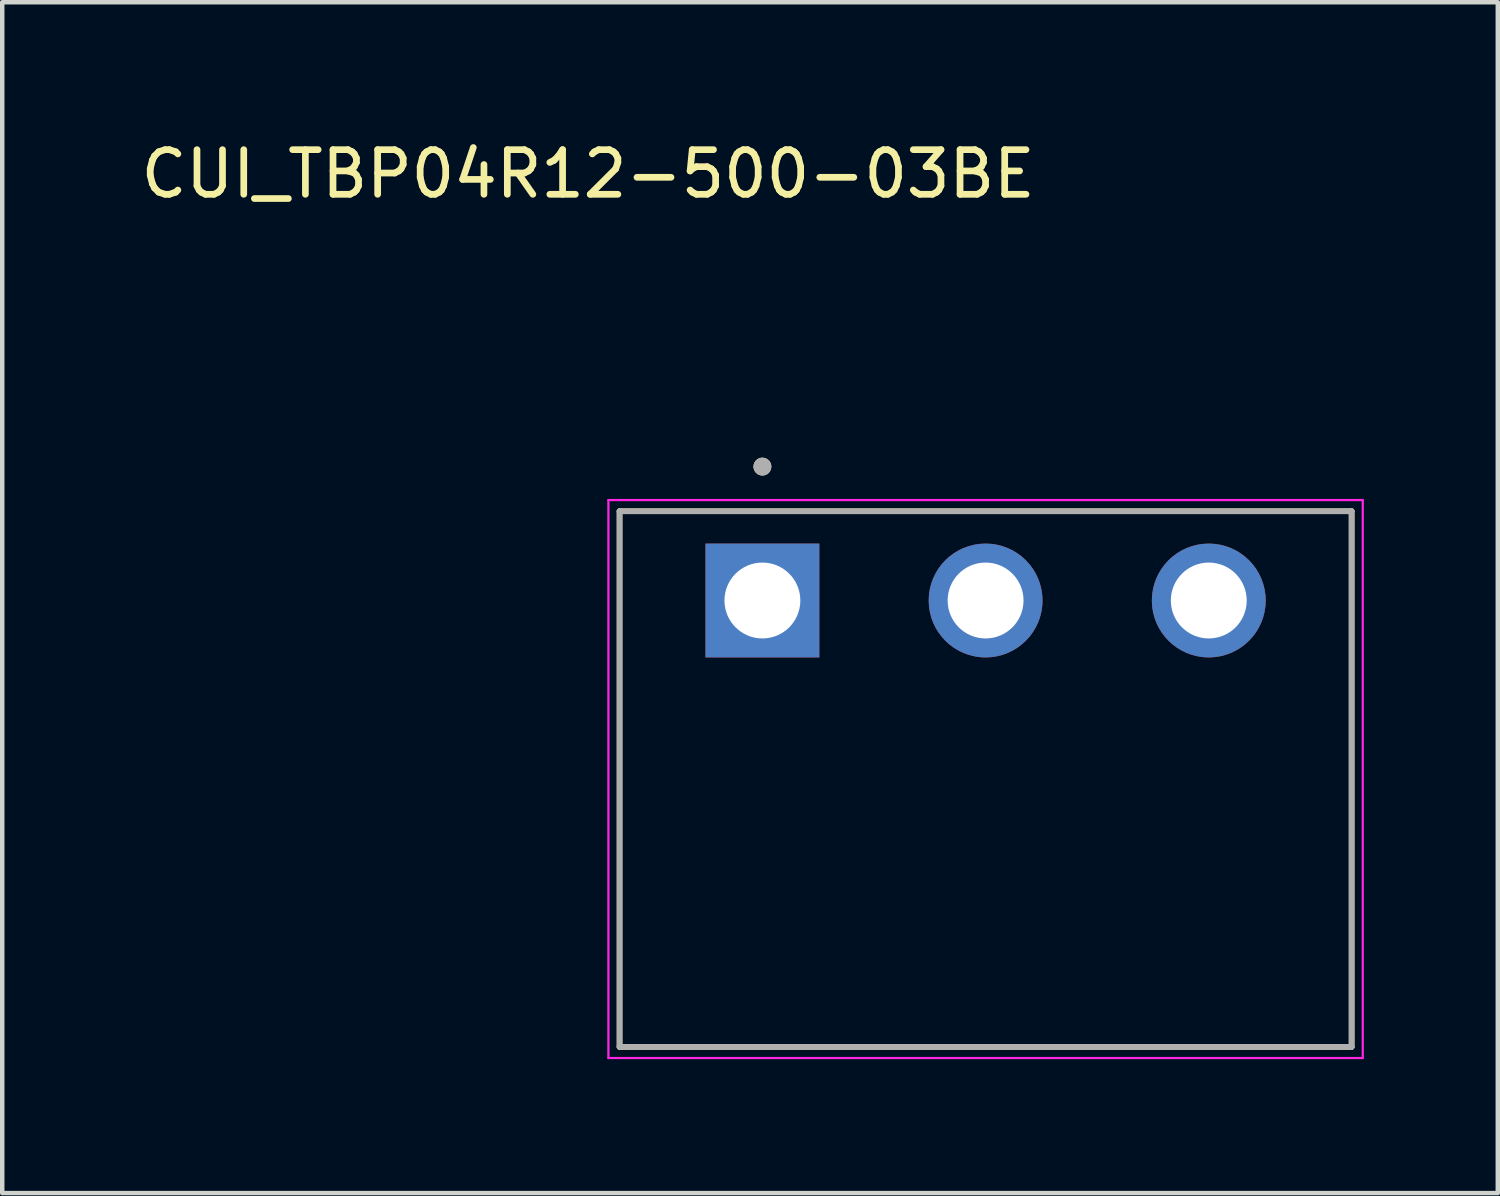
<source format=kicad_pcb>
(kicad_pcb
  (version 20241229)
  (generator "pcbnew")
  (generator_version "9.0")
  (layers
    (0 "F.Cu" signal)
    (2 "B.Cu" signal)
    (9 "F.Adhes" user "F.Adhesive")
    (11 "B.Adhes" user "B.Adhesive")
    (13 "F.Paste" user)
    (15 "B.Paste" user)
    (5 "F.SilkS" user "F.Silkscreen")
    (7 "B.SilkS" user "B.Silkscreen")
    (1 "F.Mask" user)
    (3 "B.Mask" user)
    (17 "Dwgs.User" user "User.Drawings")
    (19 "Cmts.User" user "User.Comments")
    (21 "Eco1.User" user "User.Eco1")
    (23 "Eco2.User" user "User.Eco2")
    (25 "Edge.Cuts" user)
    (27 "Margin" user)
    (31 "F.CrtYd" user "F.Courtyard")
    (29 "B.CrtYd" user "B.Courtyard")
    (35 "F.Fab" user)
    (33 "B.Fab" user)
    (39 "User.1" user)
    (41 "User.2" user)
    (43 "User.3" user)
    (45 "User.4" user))
  (footprint "CUI_TBP04R12-500-03BE"
    (layer "F.Cu")
    (at 14.03 10.403)
    (property "Reference" "CUI_TBP04R12-500-03BE" (at -3.905 -9.555 0) (layer "F.SilkS") (effects (font (size 1 1) (thickness 0.15))))
    (attr through_hole)
    (fp_line (start -3.2 -2) (end 13.2 -2) (stroke (width 0.127) (type solid)) (layer "F.SilkS"))
    (fp_line (start -3.2 10) (end -3.2 -2) (stroke (width 0.127) (type solid)) (layer "F.SilkS"))
    (fp_line (start 13.2 -2) (end 13.2 10) (stroke (width 0.127) (type solid)) (layer "F.SilkS"))
    (fp_line (start 13.2 10) (end -3.2 10) (stroke (width 0.127) (type solid)) (layer "F.SilkS"))
    (fp_circle (center 0 -3) (end 0.1 -3) (stroke (width 0.2) (type solid)) (fill no) (layer "F.SilkS"))
    (fp_line (start -3.45 -2.25) (end 13.45 -2.25) (stroke (width 0.05) (type solid)) (layer "F.CrtYd"))
    (fp_line (start -3.45 10.25) (end -3.45 -2.25) (stroke (width 0.05) (type solid)) (layer "F.CrtYd"))
    (fp_line (start 13.45 -2.25) (end 13.45 10.25) (stroke (width 0.05) (type solid)) (layer "F.CrtYd"))
    (fp_line (start 13.45 10.25) (end -3.45 10.25) (stroke (width 0.05) (type solid)) (layer "F.CrtYd"))
    (fp_line (start -3.2 -2) (end 13.2 -2) (stroke (width 0.127) (type solid)) (layer "F.Fab"))
    (fp_line (start -3.2 10) (end -3.2 -2) (stroke (width 0.127) (type solid)) (layer "F.Fab"))
    (fp_line (start 13.2 -2) (end 13.2 10) (stroke (width 0.127) (type solid)) (layer "F.Fab"))
    (fp_line (start 13.2 10) (end -3.2 10) (stroke (width 0.127) (type solid)) (layer "F.Fab"))
    (fp_circle (center 0 -3) (end 0.1 -3) (stroke (width 0.2) (type solid)) (fill no) (layer "F.Fab"))
    (pad "1" thru_hole rect (at 0 0) (size 2.55 2.55) (drill 1.7) (layers "*.Cu" "*.Mask"))
    (pad "2" thru_hole circle (at 5 0) (size 2.55 2.55) (drill 1.7) (layers "*.Cu" "*.Mask"))
    (pad "3" thru_hole circle (at 10 0) (size 2.55 2.55) (drill 1.7) (layers "*.Cu" "*.Mask")))
  (gr_rect
    (start -3 -3)
    (end 30.505 23.678)
    (stroke (width 0.1) (type default))
    (fill no)
    (layer "Edge.Cuts")))
</source>
